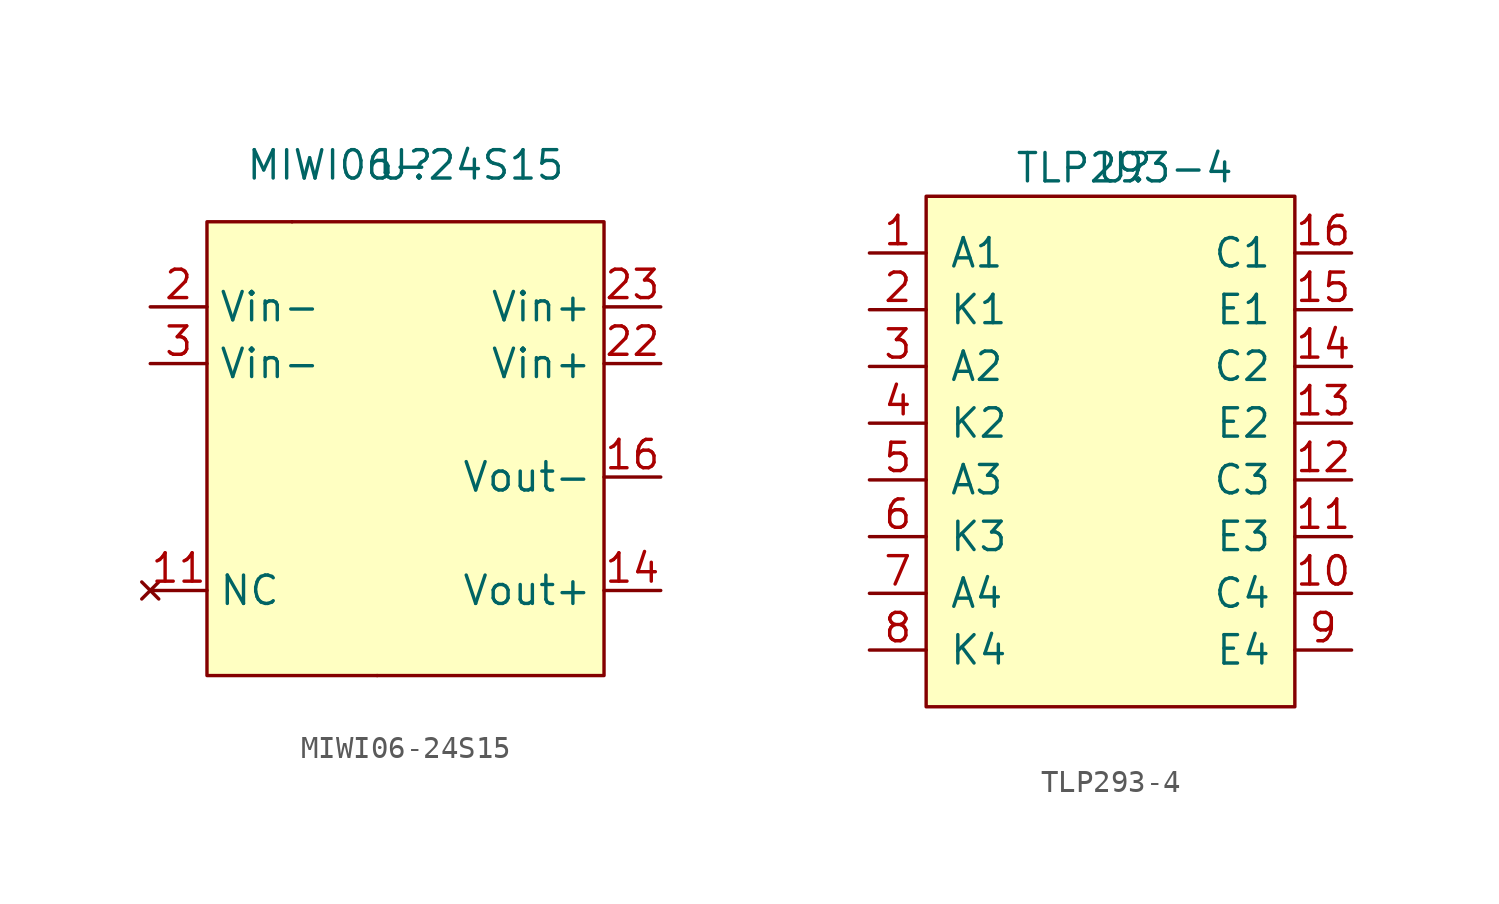
<source format=kicad_sym>
(kicad_symbol_lib
  (version 20211014)
  (generator kicad_symbol_editor)
  (symbol "MIWI06-24S15"
    (property "Reference" "U"
      (at 0 0 0)
      (effects (font (size 1.27 1.27))))
    (property "Value" "MIWI06-24S15"
      (at 0 0 0)
      (effects (font (size 1.27 1.27))))
    (symbol "MIWI06-24S15_0_1"
      (rectangle (start -8.89 -2.54) (end 8.89 -22.86) (stroke (width 0) (type default) (color 0 0 0 0)) (fill (type background)))
      (rectangle (start -5.08 -2.54) (end -5.08 -2.54) (stroke (width 0) (type default) (color 0 0 0 0)) (fill (type none)))
      (rectangle (start -1.27 -22.86) (end -1.27 -22.86) (stroke (width 0) (type default) (color 0 0 0 0)) (fill (type none))))
    (symbol "MIWI06-24S15_1_1"
      (pin no_connect line (at -11.43 -19.05 0) (length 2.54) (name "NC" (effects (font (size 1.27 1.27)))) (number "11" (effects (font (size 1.27 1.27)))))
      (pin power_out line (at 11.43 -19.05 180) (length 2.54) (name "Vout+" (effects (font (size 1.27 1.27)))) (number "14" (effects (font (size 1.27 1.27)))))
      (pin power_out line (at 11.43 -13.97 180) (length 2.54) (name "Vout-" (effects (font (size 1.27 1.27)))) (number "16" (effects (font (size 1.27 1.27)))))
      (pin power_in line (at -11.43 -6.35 0) (length 2.54) (name "Vin-" (effects (font (size 1.27 1.27)))) (number "2" (effects (font (size 1.27 1.27)))))
      (pin power_in line (at 11.43 -8.89 180) (length 2.54) (name "Vin+" (effects (font (size 1.27 1.27)))) (number "22" (effects (font (size 1.27 1.27)))))
      (pin power_in line (at 11.43 -6.35 180) (length 2.54) (name "Vin+" (effects (font (size 1.27 1.27)))) (number "23" (effects (font (size 1.27 1.27)))))
      (pin power_in line (at -11.43 -8.89 0) (length 2.54) (name "Vin-" (effects (font (size 1.27 1.27)))) (number "3" (effects (font (size 1.27 1.27)))))))
  (symbol "TLP293-4"
    (pin_names
      (offset 1.016))
    (property "Reference" "U"
      (at 0 0 0)
      (effects (font (size 1.27 1.27))))
    (property "Value" "TLP293-4"
      (at 0 0 0)
      (effects (font (size 1.27 1.27))))
    (symbol "TLP293-4_0_1"
      (rectangle (start -8.89 -1.27) (end 7.62 -24.13) (stroke (width 0) (type default) (color 0 0 0 0)) (fill (type background))))
    (symbol "TLP293-4_1_1"
      (pin input line (at -11.43 -3.81 0) (length 2.54) (name "A1" (effects (font (size 1.27 1.27)))) (number "1" (effects (font (size 1.27 1.27)))))
      (pin output line (at 10.16 -19.05 180) (length 2.54) (name "C4" (effects (font (size 1.27 1.27)))) (number "10" (effects (font (size 1.27 1.27)))))
      (pin output line (at 10.16 -16.51 180) (length 2.54) (name "E3" (effects (font (size 1.27 1.27)))) (number "11" (effects (font (size 1.27 1.27)))))
      (pin output line (at 10.16 -13.97 180) (length 2.54) (name "C3" (effects (font (size 1.27 1.27)))) (number "12" (effects (font (size 1.27 1.27)))))
      (pin output line (at 10.16 -11.43 180) (length 2.54) (name "E2" (effects (font (size 1.27 1.27)))) (number "13" (effects (font (size 1.27 1.27)))))
      (pin output line (at 10.16 -8.89 180) (length 2.54) (name "C2" (effects (font (size 1.27 1.27)))) (number "14" (effects (font (size 1.27 1.27)))))
      (pin output line (at 10.16 -6.35 180) (length 2.54) (name "E1" (effects (font (size 1.27 1.27)))) (number "15" (effects (font (size 1.27 1.27)))))
      (pin output line (at 10.16 -3.81 180) (length 2.54) (name "C1" (effects (font (size 1.27 1.27)))) (number "16" (effects (font (size 1.27 1.27)))))
      (pin input line (at -11.43 -6.35 0) (length 2.54) (name "K1" (effects (font (size 1.27 1.27)))) (number "2" (effects (font (size 1.27 1.27)))))
      (pin input line (at -11.43 -8.89 0) (length 2.54) (name "A2" (effects (font (size 1.27 1.27)))) (number "3" (effects (font (size 1.27 1.27)))))
      (pin input line (at -11.43 -11.43 0) (length 2.54) (name "K2" (effects (font (size 1.27 1.27)))) (number "4" (effects (font (size 1.27 1.27)))))
      (pin input line (at -11.43 -13.97 0) (length 2.54) (name "A3" (effects (font (size 1.27 1.27)))) (number "5" (effects (font (size 1.27 1.27)))))
      (pin input line (at -11.43 -16.51 0) (length 2.54) (name "K3" (effects (font (size 1.27 1.27)))) (number "6" (effects (font (size 1.27 1.27)))))
      (pin input line (at -11.43 -19.05 0) (length 2.54) (name "A4" (effects (font (size 1.27 1.27)))) (number "7" (effects (font (size 1.27 1.27)))))
      (pin input line (at -11.43 -21.59 0) (length 2.54) (name "K4" (effects (font (size 1.27 1.27)))) (number "8" (effects (font (size 1.27 1.27)))))
      (pin output line (at 10.16 -21.59 180) (length 2.54) (name "E4" (effects (font (size 1.27 1.27)))) (number "9" (effects (font (size 1.27 1.27))))))))
</source>
